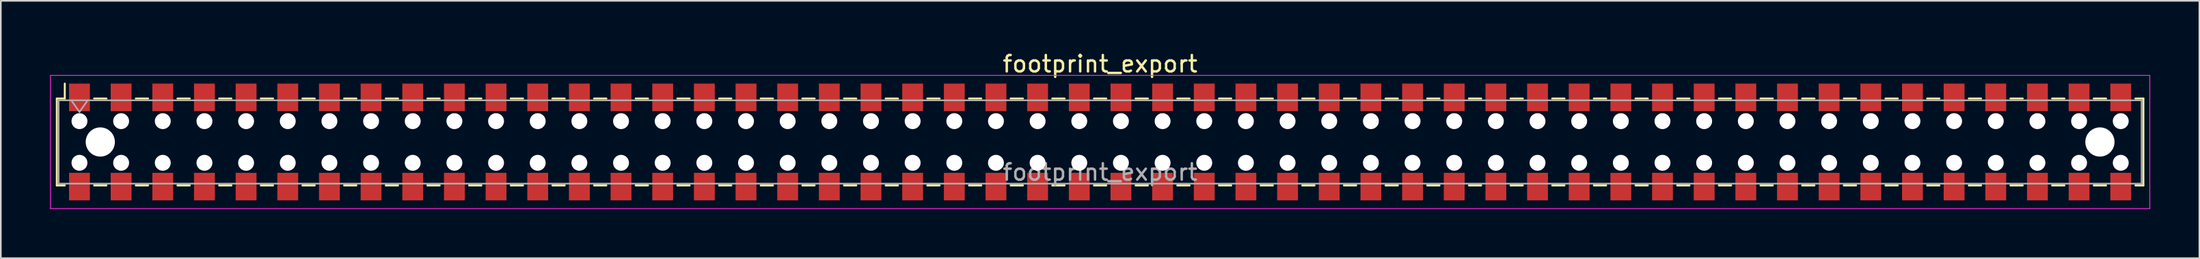
<source format=kicad_pcb>
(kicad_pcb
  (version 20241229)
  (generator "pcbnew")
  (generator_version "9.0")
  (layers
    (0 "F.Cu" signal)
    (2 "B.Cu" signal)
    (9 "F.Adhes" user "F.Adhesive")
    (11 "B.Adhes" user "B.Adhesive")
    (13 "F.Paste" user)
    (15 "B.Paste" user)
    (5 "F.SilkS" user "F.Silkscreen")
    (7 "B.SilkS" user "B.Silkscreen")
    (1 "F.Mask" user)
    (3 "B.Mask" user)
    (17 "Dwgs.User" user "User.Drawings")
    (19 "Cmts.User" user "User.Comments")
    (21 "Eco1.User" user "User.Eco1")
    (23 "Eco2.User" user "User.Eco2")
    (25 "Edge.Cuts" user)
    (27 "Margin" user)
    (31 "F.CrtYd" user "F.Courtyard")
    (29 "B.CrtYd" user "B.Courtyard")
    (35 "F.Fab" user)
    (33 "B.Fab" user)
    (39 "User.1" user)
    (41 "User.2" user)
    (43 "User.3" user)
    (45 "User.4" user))
  (footprint "footprint_export"
    (layer "F.Cu")
    (at 64.025 5.608)
    (property "Reference" "footprint_export" (at 0 -4.76 0) (layer "F.SilkS") (effects (font (size 1 1) (thickness 0.15))))
    (attr smd)
    (fp_line (start -63.61 -2.65) (end -63.61 2.65) (stroke (width 0.12) (type solid)) (layer "F.SilkS"))
    (fp_line (start -63.61 2.65) (end -63.125 2.65) (stroke (width 0.12) (type solid)) (layer "F.SilkS"))
    (fp_line (start -63.125 -3.56) (end -63.125 -2.65) (stroke (width 0.12) (type solid)) (layer "F.SilkS"))
    (fp_line (start -63.125 -2.65) (end -63.61 -2.65) (stroke (width 0.12) (type solid)) (layer "F.SilkS"))
    (fp_line (start -61.335 -2.65) (end -60.585 -2.65) (stroke (width 0.12) (type solid)) (layer "F.SilkS"))
    (fp_line (start -61.335 2.65) (end -60.585 2.65) (stroke (width 0.12) (type solid)) (layer "F.SilkS"))
    (fp_line (start -58.795 -2.65) (end -58.045 -2.65) (stroke (width 0.12) (type solid)) (layer "F.SilkS"))
    (fp_line (start -58.795 2.65) (end -58.045 2.65) (stroke (width 0.12) (type solid)) (layer "F.SilkS"))
    (fp_line (start -56.255 -2.65) (end -55.505 -2.65) (stroke (width 0.12) (type solid)) (layer "F.SilkS"))
    (fp_line (start -56.255 2.65) (end -55.505 2.65) (stroke (width 0.12) (type solid)) (layer "F.SilkS"))
    (fp_line (start -53.715 -2.65) (end -52.965 -2.65) (stroke (width 0.12) (type solid)) (layer "F.SilkS"))
    (fp_line (start -53.715 2.65) (end -52.965 2.65) (stroke (width 0.12) (type solid)) (layer "F.SilkS"))
    (fp_line (start -51.175 -2.65) (end -50.425 -2.65) (stroke (width 0.12) (type solid)) (layer "F.SilkS"))
    (fp_line (start -51.175 2.65) (end -50.425 2.65) (stroke (width 0.12) (type solid)) (layer "F.SilkS"))
    (fp_line (start -48.635 -2.65) (end -47.885 -2.65) (stroke (width 0.12) (type solid)) (layer "F.SilkS"))
    (fp_line (start -48.635 2.65) (end -47.885 2.65) (stroke (width 0.12) (type solid)) (layer "F.SilkS"))
    (fp_line (start -46.095 -2.65) (end -45.345 -2.65) (stroke (width 0.12) (type solid)) (layer "F.SilkS"))
    (fp_line (start -46.095 2.65) (end -45.345 2.65) (stroke (width 0.12) (type solid)) (layer "F.SilkS"))
    (fp_line (start -43.555 -2.65) (end -42.805 -2.65) (stroke (width 0.12) (type solid)) (layer "F.SilkS"))
    (fp_line (start -43.555 2.65) (end -42.805 2.65) (stroke (width 0.12) (type solid)) (layer "F.SilkS"))
    (fp_line (start -41.015 -2.65) (end -40.265 -2.65) (stroke (width 0.12) (type solid)) (layer "F.SilkS"))
    (fp_line (start -41.015 2.65) (end -40.265 2.65) (stroke (width 0.12) (type solid)) (layer "F.SilkS"))
    (fp_line (start -38.475 -2.65) (end -37.725 -2.65) (stroke (width 0.12) (type solid)) (layer "F.SilkS"))
    (fp_line (start -38.475 2.65) (end -37.725 2.65) (stroke (width 0.12) (type solid)) (layer "F.SilkS"))
    (fp_line (start -35.935 -2.65) (end -35.185 -2.65) (stroke (width 0.12) (type solid)) (layer "F.SilkS"))
    (fp_line (start -35.935 2.65) (end -35.185 2.65) (stroke (width 0.12) (type solid)) (layer "F.SilkS"))
    (fp_line (start -33.395 -2.65) (end -32.645 -2.65) (stroke (width 0.12) (type solid)) (layer "F.SilkS"))
    (fp_line (start -33.395 2.65) (end -32.645 2.65) (stroke (width 0.12) (type solid)) (layer "F.SilkS"))
    (fp_line (start -30.855 -2.65) (end -30.105 -2.65) (stroke (width 0.12) (type solid)) (layer "F.SilkS"))
    (fp_line (start -30.855 2.65) (end -30.105 2.65) (stroke (width 0.12) (type solid)) (layer "F.SilkS"))
    (fp_line (start -28.315 -2.65) (end -27.565 -2.65) (stroke (width 0.12) (type solid)) (layer "F.SilkS"))
    (fp_line (start -28.315 2.65) (end -27.565 2.65) (stroke (width 0.12) (type solid)) (layer "F.SilkS"))
    (fp_line (start -25.775 -2.65) (end -25.025 -2.65) (stroke (width 0.12) (type solid)) (layer "F.SilkS"))
    (fp_line (start -25.775 2.65) (end -25.025 2.65) (stroke (width 0.12) (type solid)) (layer "F.SilkS"))
    (fp_line (start -23.235 -2.65) (end -22.485 -2.65) (stroke (width 0.12) (type solid)) (layer "F.SilkS"))
    (fp_line (start -23.235 2.65) (end -22.485 2.65) (stroke (width 0.12) (type solid)) (layer "F.SilkS"))
    (fp_line (start -20.695 -2.65) (end -19.945 -2.65) (stroke (width 0.12) (type solid)) (layer "F.SilkS"))
    (fp_line (start -20.695 2.65) (end -19.945 2.65) (stroke (width 0.12) (type solid)) (layer "F.SilkS"))
    (fp_line (start -18.155 -2.65) (end -17.405 -2.65) (stroke (width 0.12) (type solid)) (layer "F.SilkS"))
    (fp_line (start -18.155 2.65) (end -17.405 2.65) (stroke (width 0.12) (type solid)) (layer "F.SilkS"))
    (fp_line (start -15.615 -2.65) (end -14.865 -2.65) (stroke (width 0.12) (type solid)) (layer "F.SilkS"))
    (fp_line (start -15.615 2.65) (end -14.865 2.65) (stroke (width 0.12) (type solid)) (layer "F.SilkS"))
    (fp_line (start -13.075 -2.65) (end -12.325 -2.65) (stroke (width 0.12) (type solid)) (layer "F.SilkS"))
    (fp_line (start -13.075 2.65) (end -12.325 2.65) (stroke (width 0.12) (type solid)) (layer "F.SilkS"))
    (fp_line (start -10.535 -2.65) (end -9.785 -2.65) (stroke (width 0.12) (type solid)) (layer "F.SilkS"))
    (fp_line (start -10.535 2.65) (end -9.785 2.65) (stroke (width 0.12) (type solid)) (layer "F.SilkS"))
    (fp_line (start -7.995 -2.65) (end -7.245 -2.65) (stroke (width 0.12) (type solid)) (layer "F.SilkS"))
    (fp_line (start -7.995 2.65) (end -7.245 2.65) (stroke (width 0.12) (type solid)) (layer "F.SilkS"))
    (fp_line (start -5.455 -2.65) (end -4.705 -2.65) (stroke (width 0.12) (type solid)) (layer "F.SilkS"))
    (fp_line (start -5.455 2.65) (end -4.705 2.65) (stroke (width 0.12) (type solid)) (layer "F.SilkS"))
    (fp_line (start -2.915 -2.65) (end -2.165 -2.65) (stroke (width 0.12) (type solid)) (layer "F.SilkS"))
    (fp_line (start -2.915 2.65) (end -2.165 2.65) (stroke (width 0.12) (type solid)) (layer "F.SilkS"))
    (fp_line (start -0.375 -2.65) (end 0.375 -2.65) (stroke (width 0.12) (type solid)) (layer "F.SilkS"))
    (fp_line (start -0.375 2.65) (end 0.375 2.65) (stroke (width 0.12) (type solid)) (layer "F.SilkS"))
    (fp_line (start 2.165 -2.65) (end 2.915 -2.65) (stroke (width 0.12) (type solid)) (layer "F.SilkS"))
    (fp_line (start 2.165 2.65) (end 2.915 2.65) (stroke (width 0.12) (type solid)) (layer "F.SilkS"))
    (fp_line (start 4.705 -2.65) (end 5.455 -2.65) (stroke (width 0.12) (type solid)) (layer "F.SilkS"))
    (fp_line (start 4.705 2.65) (end 5.455 2.65) (stroke (width 0.12) (type solid)) (layer "F.SilkS"))
    (fp_line (start 7.245 -2.65) (end 7.995 -2.65) (stroke (width 0.12) (type solid)) (layer "F.SilkS"))
    (fp_line (start 7.245 2.65) (end 7.995 2.65) (stroke (width 0.12) (type solid)) (layer "F.SilkS"))
    (fp_line (start 9.785 -2.65) (end 10.535 -2.65) (stroke (width 0.12) (type solid)) (layer "F.SilkS"))
    (fp_line (start 9.785 2.65) (end 10.535 2.65) (stroke (width 0.12) (type solid)) (layer "F.SilkS"))
    (fp_line (start 12.325 -2.65) (end 13.075 -2.65) (stroke (width 0.12) (type solid)) (layer "F.SilkS"))
    (fp_line (start 12.325 2.65) (end 13.075 2.65) (stroke (width 0.12) (type solid)) (layer "F.SilkS"))
    (fp_line (start 14.865 -2.65) (end 15.615 -2.65) (stroke (width 0.12) (type solid)) (layer "F.SilkS"))
    (fp_line (start 14.865 2.65) (end 15.615 2.65) (stroke (width 0.12) (type solid)) (layer "F.SilkS"))
    (fp_line (start 17.405 -2.65) (end 18.155 -2.65) (stroke (width 0.12) (type solid)) (layer "F.SilkS"))
    (fp_line (start 17.405 2.65) (end 18.155 2.65) (stroke (width 0.12) (type solid)) (layer "F.SilkS"))
    (fp_line (start 19.945 -2.65) (end 20.695 -2.65) (stroke (width 0.12) (type solid)) (layer "F.SilkS"))
    (fp_line (start 19.945 2.65) (end 20.695 2.65) (stroke (width 0.12) (type solid)) (layer "F.SilkS"))
    (fp_line (start 22.485 -2.65) (end 23.235 -2.65) (stroke (width 0.12) (type solid)) (layer "F.SilkS"))
    (fp_line (start 22.485 2.65) (end 23.235 2.65) (stroke (width 0.12) (type solid)) (layer "F.SilkS"))
    (fp_line (start 25.025 -2.65) (end 25.775 -2.65) (stroke (width 0.12) (type solid)) (layer "F.SilkS"))
    (fp_line (start 25.025 2.65) (end 25.775 2.65) (stroke (width 0.12) (type solid)) (layer "F.SilkS"))
    (fp_line (start 27.565 -2.65) (end 28.315 -2.65) (stroke (width 0.12) (type solid)) (layer "F.SilkS"))
    (fp_line (start 27.565 2.65) (end 28.315 2.65) (stroke (width 0.12) (type solid)) (layer "F.SilkS"))
    (fp_line (start 30.105 -2.65) (end 30.855 -2.65) (stroke (width 0.12) (type solid)) (layer "F.SilkS"))
    (fp_line (start 30.105 2.65) (end 30.855 2.65) (stroke (width 0.12) (type solid)) (layer "F.SilkS"))
    (fp_line (start 32.645 -2.65) (end 33.395 -2.65) (stroke (width 0.12) (type solid)) (layer "F.SilkS"))
    (fp_line (start 32.645 2.65) (end 33.395 2.65) (stroke (width 0.12) (type solid)) (layer "F.SilkS"))
    (fp_line (start 35.185 -2.65) (end 35.935 -2.65) (stroke (width 0.12) (type solid)) (layer "F.SilkS"))
    (fp_line (start 35.185 2.65) (end 35.935 2.65) (stroke (width 0.12) (type solid)) (layer "F.SilkS"))
    (fp_line (start 37.725 -2.65) (end 38.475 -2.65) (stroke (width 0.12) (type solid)) (layer "F.SilkS"))
    (fp_line (start 37.725 2.65) (end 38.475 2.65) (stroke (width 0.12) (type solid)) (layer "F.SilkS"))
    (fp_line (start 40.265 -2.65) (end 41.015 -2.65) (stroke (width 0.12) (type solid)) (layer "F.SilkS"))
    (fp_line (start 40.265 2.65) (end 41.015 2.65) (stroke (width 0.12) (type solid)) (layer "F.SilkS"))
    (fp_line (start 42.805 -2.65) (end 43.555 -2.65) (stroke (width 0.12) (type solid)) (layer "F.SilkS"))
    (fp_line (start 42.805 2.65) (end 43.555 2.65) (stroke (width 0.12) (type solid)) (layer "F.SilkS"))
    (fp_line (start 45.345 -2.65) (end 46.095 -2.65) (stroke (width 0.12) (type solid)) (layer "F.SilkS"))
    (fp_line (start 45.345 2.65) (end 46.095 2.65) (stroke (width 0.12) (type solid)) (layer "F.SilkS"))
    (fp_line (start 47.885 -2.65) (end 48.635 -2.65) (stroke (width 0.12) (type solid)) (layer "F.SilkS"))
    (fp_line (start 47.885 2.65) (end 48.635 2.65) (stroke (width 0.12) (type solid)) (layer "F.SilkS"))
    (fp_line (start 50.425 -2.65) (end 51.175 -2.65) (stroke (width 0.12) (type solid)) (layer "F.SilkS"))
    (fp_line (start 50.425 2.65) (end 51.175 2.65) (stroke (width 0.12) (type solid)) (layer "F.SilkS"))
    (fp_line (start 52.965 -2.65) (end 53.715 -2.65) (stroke (width 0.12) (type solid)) (layer "F.SilkS"))
    (fp_line (start 52.965 2.65) (end 53.715 2.65) (stroke (width 0.12) (type solid)) (layer "F.SilkS"))
    (fp_line (start 55.505 -2.65) (end 56.255 -2.65) (stroke (width 0.12) (type solid)) (layer "F.SilkS"))
    (fp_line (start 55.505 2.65) (end 56.255 2.65) (stroke (width 0.12) (type solid)) (layer "F.SilkS"))
    (fp_line (start 58.045 -2.65) (end 58.795 -2.65) (stroke (width 0.12) (type solid)) (layer "F.SilkS"))
    (fp_line (start 58.045 2.65) (end 58.795 2.65) (stroke (width 0.12) (type solid)) (layer "F.SilkS"))
    (fp_line (start 60.585 -2.65) (end 61.335 -2.65) (stroke (width 0.12) (type solid)) (layer "F.SilkS"))
    (fp_line (start 60.585 2.65) (end 61.335 2.65) (stroke (width 0.12) (type solid)) (layer "F.SilkS"))
    (fp_line (start 63.125 -2.65) (end 63.61 -2.65) (stroke (width 0.12) (type solid)) (layer "F.SilkS"))
    (fp_line (start 63.61 -2.65) (end 63.61 2.65) (stroke (width 0.12) (type solid)) (layer "F.SilkS"))
    (fp_line (start 63.61 2.65) (end 63.125 2.65) (stroke (width 0.12) (type solid)) (layer "F.SilkS"))
    (fp_line (start -64 -4.06) (end 64 -4.06) (stroke (width 0.05) (type solid)) (layer "F.CrtYd"))
    (fp_line (start -64 4.06) (end -64 -4.06) (stroke (width 0.05) (type solid)) (layer "F.CrtYd"))
    (fp_line (start 64 -4.06) (end 64 4.06) (stroke (width 0.05) (type solid)) (layer "F.CrtYd"))
    (fp_line (start 64 4.06) (end -64 4.06) (stroke (width 0.05) (type solid)) (layer "F.CrtYd"))
    (fp_line (start -63.5 -2.54) (end 63.5 -2.54) (stroke (width 0.1) (type solid)) (layer "F.Fab"))
    (fp_line (start -63.5 2.54) (end -63.5 -2.54) (stroke (width 0.1) (type solid)) (layer "F.Fab"))
    (fp_line (start -62.73 -2.54) (end -62.23 -1.833) (stroke (width 0.1) (type solid)) (layer "F.Fab"))
    (fp_line (start -62.23 -1.833) (end -61.73 -2.54) (stroke (width 0.1) (type solid)) (layer "F.Fab"))
    (fp_line (start 63.5 -2.54) (end 63.5 2.54) (stroke (width 0.1) (type solid)) (layer "F.Fab"))
    (fp_line (start 63.5 2.54) (end -63.5 2.54) (stroke (width 0.1) (type solid)) (layer "F.Fab"))
    (fp_text user "${REFERENCE}" (at 0 1.84 0) (layer "F.Fab") (effects (font (size 1 1) (thickness 0.15))))
    (pad "" np_thru_hole circle (at -62.23 -1.27) (size 0.97 0.97) (drill 0.97) (layers "*.Cu" "*.Mask"))
    (pad "" np_thru_hole circle (at -62.23 1.27) (size 0.97 0.97) (drill 0.97) (layers "*.Cu" "*.Mask"))
    (pad "" np_thru_hole circle (at -60.96 0) (size 1.78 1.78) (drill 1.78) (layers "*.Cu" "*.Mask"))
    (pad "" np_thru_hole circle (at -59.69 -1.27) (size 0.97 0.97) (drill 0.97) (layers "*.Cu" "*.Mask"))
    (pad "" np_thru_hole circle (at -59.69 1.27) (size 0.97 0.97) (drill 0.97) (layers "*.Cu" "*.Mask"))
    (pad "" np_thru_hole circle (at -57.15 -1.27) (size 0.97 0.97) (drill 0.97) (layers "*.Cu" "*.Mask"))
    (pad "" np_thru_hole circle (at -57.15 1.27) (size 0.97 0.97) (drill 0.97) (layers "*.Cu" "*.Mask"))
    (pad "" np_thru_hole circle (at -54.61 -1.27) (size 0.97 0.97) (drill 0.97) (layers "*.Cu" "*.Mask"))
    (pad "" np_thru_hole circle (at -54.61 1.27) (size 0.97 0.97) (drill 0.97) (layers "*.Cu" "*.Mask"))
    (pad "" np_thru_hole circle (at -52.07 -1.27) (size 0.97 0.97) (drill 0.97) (layers "*.Cu" "*.Mask"))
    (pad "" np_thru_hole circle (at -52.07 1.27) (size 0.97 0.97) (drill 0.97) (layers "*.Cu" "*.Mask"))
    (pad "" np_thru_hole circle (at -49.53 -1.27) (size 0.97 0.97) (drill 0.97) (layers "*.Cu" "*.Mask"))
    (pad "" np_thru_hole circle (at -49.53 1.27) (size 0.97 0.97) (drill 0.97) (layers "*.Cu" "*.Mask"))
    (pad "" np_thru_hole circle (at -46.99 -1.27) (size 0.97 0.97) (drill 0.97) (layers "*.Cu" "*.Mask"))
    (pad "" np_thru_hole circle (at -46.99 1.27) (size 0.97 0.97) (drill 0.97) (layers "*.Cu" "*.Mask"))
    (pad "" np_thru_hole circle (at -44.45 -1.27) (size 0.97 0.97) (drill 0.97) (layers "*.Cu" "*.Mask"))
    (pad "" np_thru_hole circle (at -44.45 1.27) (size 0.97 0.97) (drill 0.97) (layers "*.Cu" "*.Mask"))
    (pad "" np_thru_hole circle (at -41.91 -1.27) (size 0.97 0.97) (drill 0.97) (layers "*.Cu" "*.Mask"))
    (pad "" np_thru_hole circle (at -41.91 1.27) (size 0.97 0.97) (drill 0.97) (layers "*.Cu" "*.Mask"))
    (pad "" np_thru_hole circle (at -39.37 -1.27) (size 0.97 0.97) (drill 0.97) (layers "*.Cu" "*.Mask"))
    (pad "" np_thru_hole circle (at -39.37 1.27) (size 0.97 0.97) (drill 0.97) (layers "*.Cu" "*.Mask"))
    (pad "" np_thru_hole circle (at -36.83 -1.27) (size 0.97 0.97) (drill 0.97) (layers "*.Cu" "*.Mask"))
    (pad "" np_thru_hole circle (at -36.83 1.27) (size 0.97 0.97) (drill 0.97) (layers "*.Cu" "*.Mask"))
    (pad "" np_thru_hole circle (at -34.29 -1.27) (size 0.97 0.97) (drill 0.97) (layers "*.Cu" "*.Mask"))
    (pad "" np_thru_hole circle (at -34.29 1.27) (size 0.97 0.97) (drill 0.97) (layers "*.Cu" "*.Mask"))
    (pad "" np_thru_hole circle (at -31.75 -1.27) (size 0.97 0.97) (drill 0.97) (layers "*.Cu" "*.Mask"))
    (pad "" np_thru_hole circle (at -31.75 1.27) (size 0.97 0.97) (drill 0.97) (layers "*.Cu" "*.Mask"))
    (pad "" np_thru_hole circle (at -29.21 -1.27) (size 0.97 0.97) (drill 0.97) (layers "*.Cu" "*.Mask"))
    (pad "" np_thru_hole circle (at -29.21 1.27) (size 0.97 0.97) (drill 0.97) (layers "*.Cu" "*.Mask"))
    (pad "" np_thru_hole circle (at -26.67 -1.27) (size 0.97 0.97) (drill 0.97) (layers "*.Cu" "*.Mask"))
    (pad "" np_thru_hole circle (at -26.67 1.27) (size 0.97 0.97) (drill 0.97) (layers "*.Cu" "*.Mask"))
    (pad "" np_thru_hole circle (at -24.13 -1.27) (size 0.97 0.97) (drill 0.97) (layers "*.Cu" "*.Mask"))
    (pad "" np_thru_hole circle (at -24.13 1.27) (size 0.97 0.97) (drill 0.97) (layers "*.Cu" "*.Mask"))
    (pad "" np_thru_hole circle (at -21.59 -1.27) (size 0.97 0.97) (drill 0.97) (layers "*.Cu" "*.Mask"))
    (pad "" np_thru_hole circle (at -21.59 1.27) (size 0.97 0.97) (drill 0.97) (layers "*.Cu" "*.Mask"))
    (pad "" np_thru_hole circle (at -19.05 -1.27) (size 0.97 0.97) (drill 0.97) (layers "*.Cu" "*.Mask"))
    (pad "" np_thru_hole circle (at -19.05 1.27) (size 0.97 0.97) (drill 0.97) (layers "*.Cu" "*.Mask"))
    (pad "" np_thru_hole circle (at -16.51 -1.27) (size 0.97 0.97) (drill 0.97) (layers "*.Cu" "*.Mask"))
    (pad "" np_thru_hole circle (at -16.51 1.27) (size 0.97 0.97) (drill 0.97) (layers "*.Cu" "*.Mask"))
    (pad "" np_thru_hole circle (at -13.97 -1.27) (size 0.97 0.97) (drill 0.97) (layers "*.Cu" "*.Mask"))
    (pad "" np_thru_hole circle (at -13.97 1.27) (size 0.97 0.97) (drill 0.97) (layers "*.Cu" "*.Mask"))
    (pad "" np_thru_hole circle (at -11.43 -1.27) (size 0.97 0.97) (drill 0.97) (layers "*.Cu" "*.Mask"))
    (pad "" np_thru_hole circle (at -11.43 1.27) (size 0.97 0.97) (drill 0.97) (layers "*.Cu" "*.Mask"))
    (pad "" np_thru_hole circle (at -8.89 -1.27) (size 0.97 0.97) (drill 0.97) (layers "*.Cu" "*.Mask"))
    (pad "" np_thru_hole circle (at -8.89 1.27) (size 0.97 0.97) (drill 0.97) (layers "*.Cu" "*.Mask"))
    (pad "" np_thru_hole circle (at -6.35 -1.27) (size 0.97 0.97) (drill 0.97) (layers "*.Cu" "*.Mask"))
    (pad "" np_thru_hole circle (at -6.35 1.27) (size 0.97 0.97) (drill 0.97) (layers "*.Cu" "*.Mask"))
    (pad "" np_thru_hole circle (at -3.81 -1.27) (size 0.97 0.97) (drill 0.97) (layers "*.Cu" "*.Mask"))
    (pad "" np_thru_hole circle (at -3.81 1.27) (size 0.97 0.97) (drill 0.97) (layers "*.Cu" "*.Mask"))
    (pad "" np_thru_hole circle (at -1.27 -1.27) (size 0.97 0.97) (drill 0.97) (layers "*.Cu" "*.Mask"))
    (pad "" np_thru_hole circle (at -1.27 1.27) (size 0.97 0.97) (drill 0.97) (layers "*.Cu" "*.Mask"))
    (pad "" np_thru_hole circle (at 1.27 -1.27) (size 0.97 0.97) (drill 0.97) (layers "*.Cu" "*.Mask"))
    (pad "" np_thru_hole circle (at 1.27 1.27) (size 0.97 0.97) (drill 0.97) (layers "*.Cu" "*.Mask"))
    (pad "" np_thru_hole circle (at 3.81 -1.27) (size 0.97 0.97) (drill 0.97) (layers "*.Cu" "*.Mask"))
    (pad "" np_thru_hole circle (at 3.81 1.27) (size 0.97 0.97) (drill 0.97) (layers "*.Cu" "*.Mask"))
    (pad "" np_thru_hole circle (at 6.35 -1.27) (size 0.97 0.97) (drill 0.97) (layers "*.Cu" "*.Mask"))
    (pad "" np_thru_hole circle (at 6.35 1.27) (size 0.97 0.97) (drill 0.97) (layers "*.Cu" "*.Mask"))
    (pad "" np_thru_hole circle (at 8.89 -1.27) (size 0.97 0.97) (drill 0.97) (layers "*.Cu" "*.Mask"))
    (pad "" np_thru_hole circle (at 8.89 1.27) (size 0.97 0.97) (drill 0.97) (layers "*.Cu" "*.Mask"))
    (pad "" np_thru_hole circle (at 11.43 -1.27) (size 0.97 0.97) (drill 0.97) (layers "*.Cu" "*.Mask"))
    (pad "" np_thru_hole circle (at 11.43 1.27) (size 0.97 0.97) (drill 0.97) (layers "*.Cu" "*.Mask"))
    (pad "" np_thru_hole circle (at 13.97 -1.27) (size 0.97 0.97) (drill 0.97) (layers "*.Cu" "*.Mask"))
    (pad "" np_thru_hole circle (at 13.97 1.27) (size 0.97 0.97) (drill 0.97) (layers "*.Cu" "*.Mask"))
    (pad "" np_thru_hole circle (at 16.51 -1.27) (size 0.97 0.97) (drill 0.97) (layers "*.Cu" "*.Mask"))
    (pad "" np_thru_hole circle (at 16.51 1.27) (size 0.97 0.97) (drill 0.97) (layers "*.Cu" "*.Mask"))
    (pad "" np_thru_hole circle (at 19.05 -1.27) (size 0.97 0.97) (drill 0.97) (layers "*.Cu" "*.Mask"))
    (pad "" np_thru_hole circle (at 19.05 1.27) (size 0.97 0.97) (drill 0.97) (layers "*.Cu" "*.Mask"))
    (pad "" np_thru_hole circle (at 21.59 -1.27) (size 0.97 0.97) (drill 0.97) (layers "*.Cu" "*.Mask"))
    (pad "" np_thru_hole circle (at 21.59 1.27) (size 0.97 0.97) (drill 0.97) (layers "*.Cu" "*.Mask"))
    (pad "" np_thru_hole circle (at 24.13 -1.27) (size 0.97 0.97) (drill 0.97) (layers "*.Cu" "*.Mask"))
    (pad "" np_thru_hole circle (at 24.13 1.27) (size 0.97 0.97) (drill 0.97) (layers "*.Cu" "*.Mask"))
    (pad "" np_thru_hole circle (at 26.67 -1.27) (size 0.97 0.97) (drill 0.97) (layers "*.Cu" "*.Mask"))
    (pad "" np_thru_hole circle (at 26.67 1.27) (size 0.97 0.97) (drill 0.97) (layers "*.Cu" "*.Mask"))
    (pad "" np_thru_hole circle (at 29.21 -1.27) (size 0.97 0.97) (drill 0.97) (layers "*.Cu" "*.Mask"))
    (pad "" np_thru_hole circle (at 29.21 1.27) (size 0.97 0.97) (drill 0.97) (layers "*.Cu" "*.Mask"))
    (pad "" np_thru_hole circle (at 31.75 -1.27) (size 0.97 0.97) (drill 0.97) (layers "*.Cu" "*.Mask"))
    (pad "" np_thru_hole circle (at 31.75 1.27) (size 0.97 0.97) (drill 0.97) (layers "*.Cu" "*.Mask"))
    (pad "" np_thru_hole circle (at 34.29 -1.27) (size 0.97 0.97) (drill 0.97) (layers "*.Cu" "*.Mask"))
    (pad "" np_thru_hole circle (at 34.29 1.27) (size 0.97 0.97) (drill 0.97) (layers "*.Cu" "*.Mask"))
    (pad "" np_thru_hole circle (at 36.83 -1.27) (size 0.97 0.97) (drill 0.97) (layers "*.Cu" "*.Mask"))
    (pad "" np_thru_hole circle (at 36.83 1.27) (size 0.97 0.97) (drill 0.97) (layers "*.Cu" "*.Mask"))
    (pad "" np_thru_hole circle (at 39.37 -1.27) (size 0.97 0.97) (drill 0.97) (layers "*.Cu" "*.Mask"))
    (pad "" np_thru_hole circle (at 39.37 1.27) (size 0.97 0.97) (drill 0.97) (layers "*.Cu" "*.Mask"))
    (pad "" np_thru_hole circle (at 41.91 -1.27) (size 0.97 0.97) (drill 0.97) (layers "*.Cu" "*.Mask"))
    (pad "" np_thru_hole circle (at 41.91 1.27) (size 0.97 0.97) (drill 0.97) (layers "*.Cu" "*.Mask"))
    (pad "" np_thru_hole circle (at 44.45 -1.27) (size 0.97 0.97) (drill 0.97) (layers "*.Cu" "*.Mask"))
    (pad "" np_thru_hole circle (at 44.45 1.27) (size 0.97 0.97) (drill 0.97) (layers "*.Cu" "*.Mask"))
    (pad "" np_thru_hole circle (at 46.99 -1.27) (size 0.97 0.97) (drill 0.97) (layers "*.Cu" "*.Mask"))
    (pad "" np_thru_hole circle (at 46.99 1.27) (size 0.97 0.97) (drill 0.97) (layers "*.Cu" "*.Mask"))
    (pad "" np_thru_hole circle (at 49.53 -1.27) (size 0.97 0.97) (drill 0.97) (layers "*.Cu" "*.Mask"))
    (pad "" np_thru_hole circle (at 49.53 1.27) (size 0.97 0.97) (drill 0.97) (layers "*.Cu" "*.Mask"))
    (pad "" np_thru_hole circle (at 52.07 -1.27) (size 0.97 0.97) (drill 0.97) (layers "*.Cu" "*.Mask"))
    (pad "" np_thru_hole circle (at 52.07 1.27) (size 0.97 0.97) (drill 0.97) (layers "*.Cu" "*.Mask"))
    (pad "" np_thru_hole circle (at 54.61 -1.27) (size 0.97 0.97) (drill 0.97) (layers "*.Cu" "*.Mask"))
    (pad "" np_thru_hole circle (at 54.61 1.27) (size 0.97 0.97) (drill 0.97) (layers "*.Cu" "*.Mask"))
    (pad "" np_thru_hole circle (at 57.15 -1.27) (size 0.97 0.97) (drill 0.97) (layers "*.Cu" "*.Mask"))
    (pad "" np_thru_hole circle (at 57.15 1.27) (size 0.97 0.97) (drill 0.97) (layers "*.Cu" "*.Mask"))
    (pad "" np_thru_hole circle (at 59.69 -1.27) (size 0.97 0.97) (drill 0.97) (layers "*.Cu" "*.Mask"))
    (pad "" np_thru_hole circle (at 59.69 1.27) (size 0.97 0.97) (drill 0.97) (layers "*.Cu" "*.Mask"))
    (pad "" np_thru_hole circle (at 60.96 0) (size 1.78 1.78) (drill 1.78) (layers "*.Cu" "*.Mask"))
    (pad "" np_thru_hole circle (at 62.23 -1.27) (size 0.97 0.97) (drill 0.97) (layers "*.Cu" "*.Mask"))
    (pad "" np_thru_hole circle (at 62.23 1.27) (size 0.97 0.97) (drill 0.97) (layers "*.Cu" "*.Mask"))
    (pad "1" smd rect (at -62.23 -2.72) (size 1.27 1.68) (layers "F.Cu" "F.Mask" "F.Paste"))
    (pad "2" smd rect (at -62.23 2.72) (size 1.27 1.68) (layers "F.Cu" "F.Mask" "F.Paste"))
    (pad "3" smd rect (at -59.69 -2.72) (size 1.27 1.68) (layers "F.Cu" "F.Mask" "F.Paste"))
    (pad "4" smd rect (at -59.69 2.72) (size 1.27 1.68) (layers "F.Cu" "F.Mask" "F.Paste"))
    (pad "5" smd rect (at -57.15 -2.72) (size 1.27 1.68) (layers "F.Cu" "F.Mask" "F.Paste"))
    (pad "6" smd rect (at -57.15 2.72) (size 1.27 1.68) (layers "F.Cu" "F.Mask" "F.Paste"))
    (pad "7" smd rect (at -54.61 -2.72) (size 1.27 1.68) (layers "F.Cu" "F.Mask" "F.Paste"))
    (pad "8" smd rect (at -54.61 2.72) (size 1.27 1.68) (layers "F.Cu" "F.Mask" "F.Paste"))
    (pad "9" smd rect (at -52.07 -2.72) (size 1.27 1.68) (layers "F.Cu" "F.Mask" "F.Paste"))
    (pad "10" smd rect (at -52.07 2.72) (size 1.27 1.68) (layers "F.Cu" "F.Mask" "F.Paste"))
    (pad "11" smd rect (at -49.53 -2.72) (size 1.27 1.68) (layers "F.Cu" "F.Mask" "F.Paste"))
    (pad "12" smd rect (at -49.53 2.72) (size 1.27 1.68) (layers "F.Cu" "F.Mask" "F.Paste"))
    (pad "13" smd rect (at -46.99 -2.72) (size 1.27 1.68) (layers "F.Cu" "F.Mask" "F.Paste"))
    (pad "14" smd rect (at -46.99 2.72) (size 1.27 1.68) (layers "F.Cu" "F.Mask" "F.Paste"))
    (pad "15" smd rect (at -44.45 -2.72) (size 1.27 1.68) (layers "F.Cu" "F.Mask" "F.Paste"))
    (pad "16" smd rect (at -44.45 2.72) (size 1.27 1.68) (layers "F.Cu" "F.Mask" "F.Paste"))
    (pad "17" smd rect (at -41.91 -2.72) (size 1.27 1.68) (layers "F.Cu" "F.Mask" "F.Paste"))
    (pad "18" smd rect (at -41.91 2.72) (size 1.27 1.68) (layers "F.Cu" "F.Mask" "F.Paste"))
    (pad "19" smd rect (at -39.37 -2.72) (size 1.27 1.68) (layers "F.Cu" "F.Mask" "F.Paste"))
    (pad "20" smd rect (at -39.37 2.72) (size 1.27 1.68) (layers "F.Cu" "F.Mask" "F.Paste"))
    (pad "21" smd rect (at -36.83 -2.72) (size 1.27 1.68) (layers "F.Cu" "F.Mask" "F.Paste"))
    (pad "22" smd rect (at -36.83 2.72) (size 1.27 1.68) (layers "F.Cu" "F.Mask" "F.Paste"))
    (pad "23" smd rect (at -34.29 -2.72) (size 1.27 1.68) (layers "F.Cu" "F.Mask" "F.Paste"))
    (pad "24" smd rect (at -34.29 2.72) (size 1.27 1.68) (layers "F.Cu" "F.Mask" "F.Paste"))
    (pad "25" smd rect (at -31.75 -2.72) (size 1.27 1.68) (layers "F.Cu" "F.Mask" "F.Paste"))
    (pad "26" smd rect (at -31.75 2.72) (size 1.27 1.68) (layers "F.Cu" "F.Mask" "F.Paste"))
    (pad "27" smd rect (at -29.21 -2.72) (size 1.27 1.68) (layers "F.Cu" "F.Mask" "F.Paste"))
    (pad "28" smd rect (at -29.21 2.72) (size 1.27 1.68) (layers "F.Cu" "F.Mask" "F.Paste"))
    (pad "29" smd rect (at -26.67 -2.72) (size 1.27 1.68) (layers "F.Cu" "F.Mask" "F.Paste"))
    (pad "30" smd rect (at -26.67 2.72) (size 1.27 1.68) (layers "F.Cu" "F.Mask" "F.Paste"))
    (pad "31" smd rect (at -24.13 -2.72) (size 1.27 1.68) (layers "F.Cu" "F.Mask" "F.Paste"))
    (pad "32" smd rect (at -24.13 2.72) (size 1.27 1.68) (layers "F.Cu" "F.Mask" "F.Paste"))
    (pad "33" smd rect (at -21.59 -2.72) (size 1.27 1.68) (layers "F.Cu" "F.Mask" "F.Paste"))
    (pad "34" smd rect (at -21.59 2.72) (size 1.27 1.68) (layers "F.Cu" "F.Mask" "F.Paste"))
    (pad "35" smd rect (at -19.05 -2.72) (size 1.27 1.68) (layers "F.Cu" "F.Mask" "F.Paste"))
    (pad "36" smd rect (at -19.05 2.72) (size 1.27 1.68) (layers "F.Cu" "F.Mask" "F.Paste"))
    (pad "37" smd rect (at -16.51 -2.72) (size 1.27 1.68) (layers "F.Cu" "F.Mask" "F.Paste"))
    (pad "38" smd rect (at -16.51 2.72) (size 1.27 1.68) (layers "F.Cu" "F.Mask" "F.Paste"))
    (pad "39" smd rect (at -13.97 -2.72) (size 1.27 1.68) (layers "F.Cu" "F.Mask" "F.Paste"))
    (pad "40" smd rect (at -13.97 2.72) (size 1.27 1.68) (layers "F.Cu" "F.Mask" "F.Paste"))
    (pad "41" smd rect (at -11.43 -2.72) (size 1.27 1.68) (layers "F.Cu" "F.Mask" "F.Paste"))
    (pad "42" smd rect (at -11.43 2.72) (size 1.27 1.68) (layers "F.Cu" "F.Mask" "F.Paste"))
    (pad "43" smd rect (at -8.89 -2.72) (size 1.27 1.68) (layers "F.Cu" "F.Mask" "F.Paste"))
    (pad "44" smd rect (at -8.89 2.72) (size 1.27 1.68) (layers "F.Cu" "F.Mask" "F.Paste"))
    (pad "45" smd rect (at -6.35 -2.72) (size 1.27 1.68) (layers "F.Cu" "F.Mask" "F.Paste"))
    (pad "46" smd rect (at -6.35 2.72) (size 1.27 1.68) (layers "F.Cu" "F.Mask" "F.Paste"))
    (pad "47" smd rect (at -3.81 -2.72) (size 1.27 1.68) (layers "F.Cu" "F.Mask" "F.Paste"))
    (pad "48" smd rect (at -3.81 2.72) (size 1.27 1.68) (layers "F.Cu" "F.Mask" "F.Paste"))
    (pad "49" smd rect (at -1.27 -2.72) (size 1.27 1.68) (layers "F.Cu" "F.Mask" "F.Paste"))
    (pad "50" smd rect (at -1.27 2.72) (size 1.27 1.68) (layers "F.Cu" "F.Mask" "F.Paste"))
    (pad "51" smd rect (at 1.27 -2.72) (size 1.27 1.68) (layers "F.Cu" "F.Mask" "F.Paste"))
    (pad "52" smd rect (at 1.27 2.72) (size 1.27 1.68) (layers "F.Cu" "F.Mask" "F.Paste"))
    (pad "53" smd rect (at 3.81 -2.72) (size 1.27 1.68) (layers "F.Cu" "F.Mask" "F.Paste"))
    (pad "54" smd rect (at 3.81 2.72) (size 1.27 1.68) (layers "F.Cu" "F.Mask" "F.Paste"))
    (pad "55" smd rect (at 6.35 -2.72) (size 1.27 1.68) (layers "F.Cu" "F.Mask" "F.Paste"))
    (pad "56" smd rect (at 6.35 2.72) (size 1.27 1.68) (layers "F.Cu" "F.Mask" "F.Paste"))
    (pad "57" smd rect (at 8.89 -2.72) (size 1.27 1.68) (layers "F.Cu" "F.Mask" "F.Paste"))
    (pad "58" smd rect (at 8.89 2.72) (size 1.27 1.68) (layers "F.Cu" "F.Mask" "F.Paste"))
    (pad "59" smd rect (at 11.43 -2.72) (size 1.27 1.68) (layers "F.Cu" "F.Mask" "F.Paste"))
    (pad "60" smd rect (at 11.43 2.72) (size 1.27 1.68) (layers "F.Cu" "F.Mask" "F.Paste"))
    (pad "61" smd rect (at 13.97 -2.72) (size 1.27 1.68) (layers "F.Cu" "F.Mask" "F.Paste"))
    (pad "62" smd rect (at 13.97 2.72) (size 1.27 1.68) (layers "F.Cu" "F.Mask" "F.Paste"))
    (pad "63" smd rect (at 16.51 -2.72) (size 1.27 1.68) (layers "F.Cu" "F.Mask" "F.Paste"))
    (pad "64" smd rect (at 16.51 2.72) (size 1.27 1.68) (layers "F.Cu" "F.Mask" "F.Paste"))
    (pad "65" smd rect (at 19.05 -2.72) (size 1.27 1.68) (layers "F.Cu" "F.Mask" "F.Paste"))
    (pad "66" smd rect (at 19.05 2.72) (size 1.27 1.68) (layers "F.Cu" "F.Mask" "F.Paste"))
    (pad "67" smd rect (at 21.59 -2.72) (size 1.27 1.68) (layers "F.Cu" "F.Mask" "F.Paste"))
    (pad "68" smd rect (at 21.59 2.72) (size 1.27 1.68) (layers "F.Cu" "F.Mask" "F.Paste"))
    (pad "69" smd rect (at 24.13 -2.72) (size 1.27 1.68) (layers "F.Cu" "F.Mask" "F.Paste"))
    (pad "70" smd rect (at 24.13 2.72) (size 1.27 1.68) (layers "F.Cu" "F.Mask" "F.Paste"))
    (pad "71" smd rect (at 26.67 -2.72) (size 1.27 1.68) (layers "F.Cu" "F.Mask" "F.Paste"))
    (pad "72" smd rect (at 26.67 2.72) (size 1.27 1.68) (layers "F.Cu" "F.Mask" "F.Paste"))
    (pad "73" smd rect (at 29.21 -2.72) (size 1.27 1.68) (layers "F.Cu" "F.Mask" "F.Paste"))
    (pad "74" smd rect (at 29.21 2.72) (size 1.27 1.68) (layers "F.Cu" "F.Mask" "F.Paste"))
    (pad "75" smd rect (at 31.75 -2.72) (size 1.27 1.68) (layers "F.Cu" "F.Mask" "F.Paste"))
    (pad "76" smd rect (at 31.75 2.72) (size 1.27 1.68) (layers "F.Cu" "F.Mask" "F.Paste"))
    (pad "77" smd rect (at 34.29 -2.72) (size 1.27 1.68) (layers "F.Cu" "F.Mask" "F.Paste"))
    (pad "78" smd rect (at 34.29 2.72) (size 1.27 1.68) (layers "F.Cu" "F.Mask" "F.Paste"))
    (pad "79" smd rect (at 36.83 -2.72) (size 1.27 1.68) (layers "F.Cu" "F.Mask" "F.Paste"))
    (pad "80" smd rect (at 36.83 2.72) (size 1.27 1.68) (layers "F.Cu" "F.Mask" "F.Paste"))
    (pad "81" smd rect (at 39.37 -2.72) (size 1.27 1.68) (layers "F.Cu" "F.Mask" "F.Paste"))
    (pad "82" smd rect (at 39.37 2.72) (size 1.27 1.68) (layers "F.Cu" "F.Mask" "F.Paste"))
    (pad "83" smd rect (at 41.91 -2.72) (size 1.27 1.68) (layers "F.Cu" "F.Mask" "F.Paste"))
    (pad "84" smd rect (at 41.91 2.72) (size 1.27 1.68) (layers "F.Cu" "F.Mask" "F.Paste"))
    (pad "85" smd rect (at 44.45 -2.72) (size 1.27 1.68) (layers "F.Cu" "F.Mask" "F.Paste"))
    (pad "86" smd rect (at 44.45 2.72) (size 1.27 1.68) (layers "F.Cu" "F.Mask" "F.Paste"))
    (pad "87" smd rect (at 46.99 -2.72) (size 1.27 1.68) (layers "F.Cu" "F.Mask" "F.Paste"))
    (pad "88" smd rect (at 46.99 2.72) (size 1.27 1.68) (layers "F.Cu" "F.Mask" "F.Paste"))
    (pad "89" smd rect (at 49.53 -2.72) (size 1.27 1.68) (layers "F.Cu" "F.Mask" "F.Paste"))
    (pad "90" smd rect (at 49.53 2.72) (size 1.27 1.68) (layers "F.Cu" "F.Mask" "F.Paste"))
    (pad "91" smd rect (at 52.07 -2.72) (size 1.27 1.68) (layers "F.Cu" "F.Mask" "F.Paste"))
    (pad "92" smd rect (at 52.07 2.72) (size 1.27 1.68) (layers "F.Cu" "F.Mask" "F.Paste"))
    (pad "93" smd rect (at 54.61 -2.72) (size 1.27 1.68) (layers "F.Cu" "F.Mask" "F.Paste"))
    (pad "94" smd rect (at 54.61 2.72) (size 1.27 1.68) (layers "F.Cu" "F.Mask" "F.Paste"))
    (pad "95" smd rect (at 57.15 -2.72) (size 1.27 1.68) (layers "F.Cu" "F.Mask" "F.Paste"))
    (pad "96" smd rect (at 57.15 2.72) (size 1.27 1.68) (layers "F.Cu" "F.Mask" "F.Paste"))
    (pad "97" smd rect (at 59.69 -2.72) (size 1.27 1.68) (layers "F.Cu" "F.Mask" "F.Paste"))
    (pad "98" smd rect (at 59.69 2.72) (size 1.27 1.68) (layers "F.Cu" "F.Mask" "F.Paste"))
    (pad "99" smd rect (at 62.23 -2.72) (size 1.27 1.68) (layers "F.Cu" "F.Mask" "F.Paste"))
    (pad "100" smd rect (at 62.23 2.72) (size 1.27 1.68) (layers "F.Cu" "F.Mask" "F.Paste")))
  (gr_rect
    (start -3 -3)
    (end 131.05 12.693)
    (stroke (width 0.1) (type default))
    (fill no)
    (layer "Edge.Cuts")))
</source>
